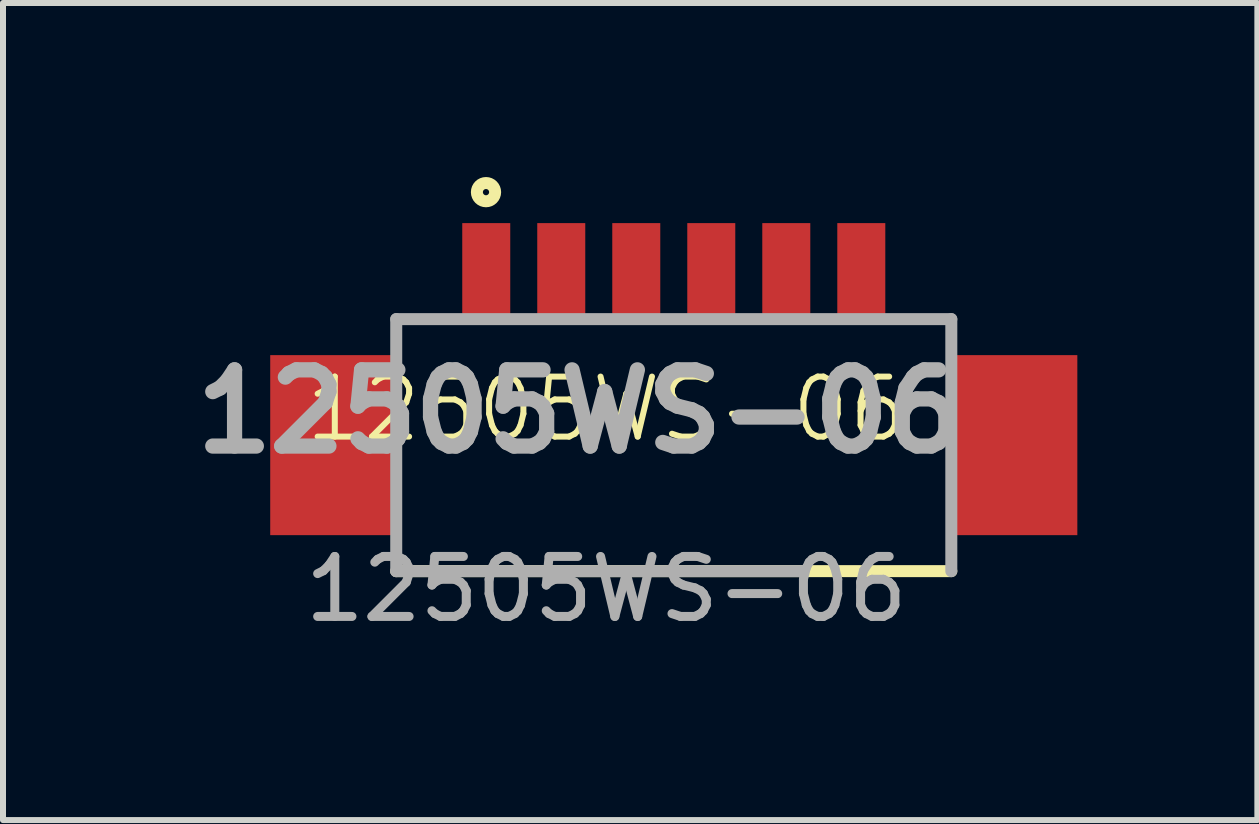
<source format=kicad_pcb>
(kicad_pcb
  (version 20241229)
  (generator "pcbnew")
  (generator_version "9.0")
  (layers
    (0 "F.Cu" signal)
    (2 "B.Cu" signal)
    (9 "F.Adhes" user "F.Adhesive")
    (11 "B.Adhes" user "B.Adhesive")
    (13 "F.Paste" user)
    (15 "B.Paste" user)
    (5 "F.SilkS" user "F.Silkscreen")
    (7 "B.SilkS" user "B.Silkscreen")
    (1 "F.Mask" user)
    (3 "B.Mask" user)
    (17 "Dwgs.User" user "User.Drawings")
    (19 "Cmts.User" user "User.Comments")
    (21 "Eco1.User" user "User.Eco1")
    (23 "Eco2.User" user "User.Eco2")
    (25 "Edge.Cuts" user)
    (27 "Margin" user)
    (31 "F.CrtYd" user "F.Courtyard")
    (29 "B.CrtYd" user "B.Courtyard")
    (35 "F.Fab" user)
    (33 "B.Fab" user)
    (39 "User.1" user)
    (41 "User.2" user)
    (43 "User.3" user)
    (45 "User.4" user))
  (footprint "12505WS-06"
    (layer "F.Cu")
    (at 7.053 4.268)
    (property "Reference" "12505WS-06" (at 0 -0.5 0) (unlocked yes) (layer "F.SilkS") (effects (font (size 1 1) (thickness 0.1))))
    (attr smd)
    (fp_line (start -3.5 2.2) (end 5.75 2.2) (stroke (width 0.2) (type solid)) (layer "F.SilkS"))
    (fp_circle (center -2.004 -4.116) (end -2.004 -4.064) (stroke (width 0.2) (type solid)) (fill no) (layer "F.SilkS"))
    (fp_line (start -3.5 -2) (end 5.75 -2) (stroke (width 0.2) (type solid)) (layer "F.Fab"))
    (fp_line (start -3.5 2.2) (end -3.5 -2) (stroke (width 0.2) (type solid)) (layer "F.Fab"))
    (fp_line (start 3.25 2.2) (end -3.5 2.2) (stroke (width 0.2) (type solid)) (layer "F.Fab"))
    (fp_line (start 5.75 -2) (end 5.75 2.2) (stroke (width 0.2) (type solid)) (layer "F.Fab"))
    (fp_text user "${REFERENCE}" (at 0 2.5 0) (unlocked yes) (layer "F.Fab") (effects (font (size 1 1) (thickness 0.15))))
    (fp_text user "${REFERENCE}" (at -0.449 -0.459 0) (layer "F.Fab") (effects (font (size 1.27 1.27) (thickness 0.254))))
    (pad "1" smd rect (at -2 -2.8) (size 0.8 1.6) (layers "F.Cu" "F.Mask" "F.Paste"))
    (pad "2" smd rect (at -0.75 -2.8) (size 0.8 1.6) (layers "F.Cu" "F.Mask" "F.Paste"))
    (pad "3" smd rect (at 0.5 -2.8) (size 0.8 1.6) (layers "F.Cu" "F.Mask" "F.Paste"))
    (pad "4" smd rect (at 1.75 -2.8) (size 0.8 1.6) (layers "F.Cu" "F.Mask" "F.Paste"))
    (pad "5" smd rect (at 3 -2.8) (size 0.8 1.6) (layers "F.Cu" "F.Mask" "F.Paste"))
    (pad "6" smd rect (at 4.25 -2.8) (size 0.8 1.6) (layers "F.Cu" "F.Mask" "F.Paste"))
    (pad "7" smd rect (at 6.8 0.1) (size 2.1 3) (layers "F.Cu" "F.Mask" "F.Paste"))
    (pad "8" smd rect (at -4.55 0.1) (size 2.1 3) (layers "F.Cu" "F.Mask" "F.Paste")))
  (gr_rect
    (start -3 -3)
    (end 17.903 10.616)
    (stroke (width 0.1) (type default))
    (fill no)
    (layer "Edge.Cuts")))
</source>
